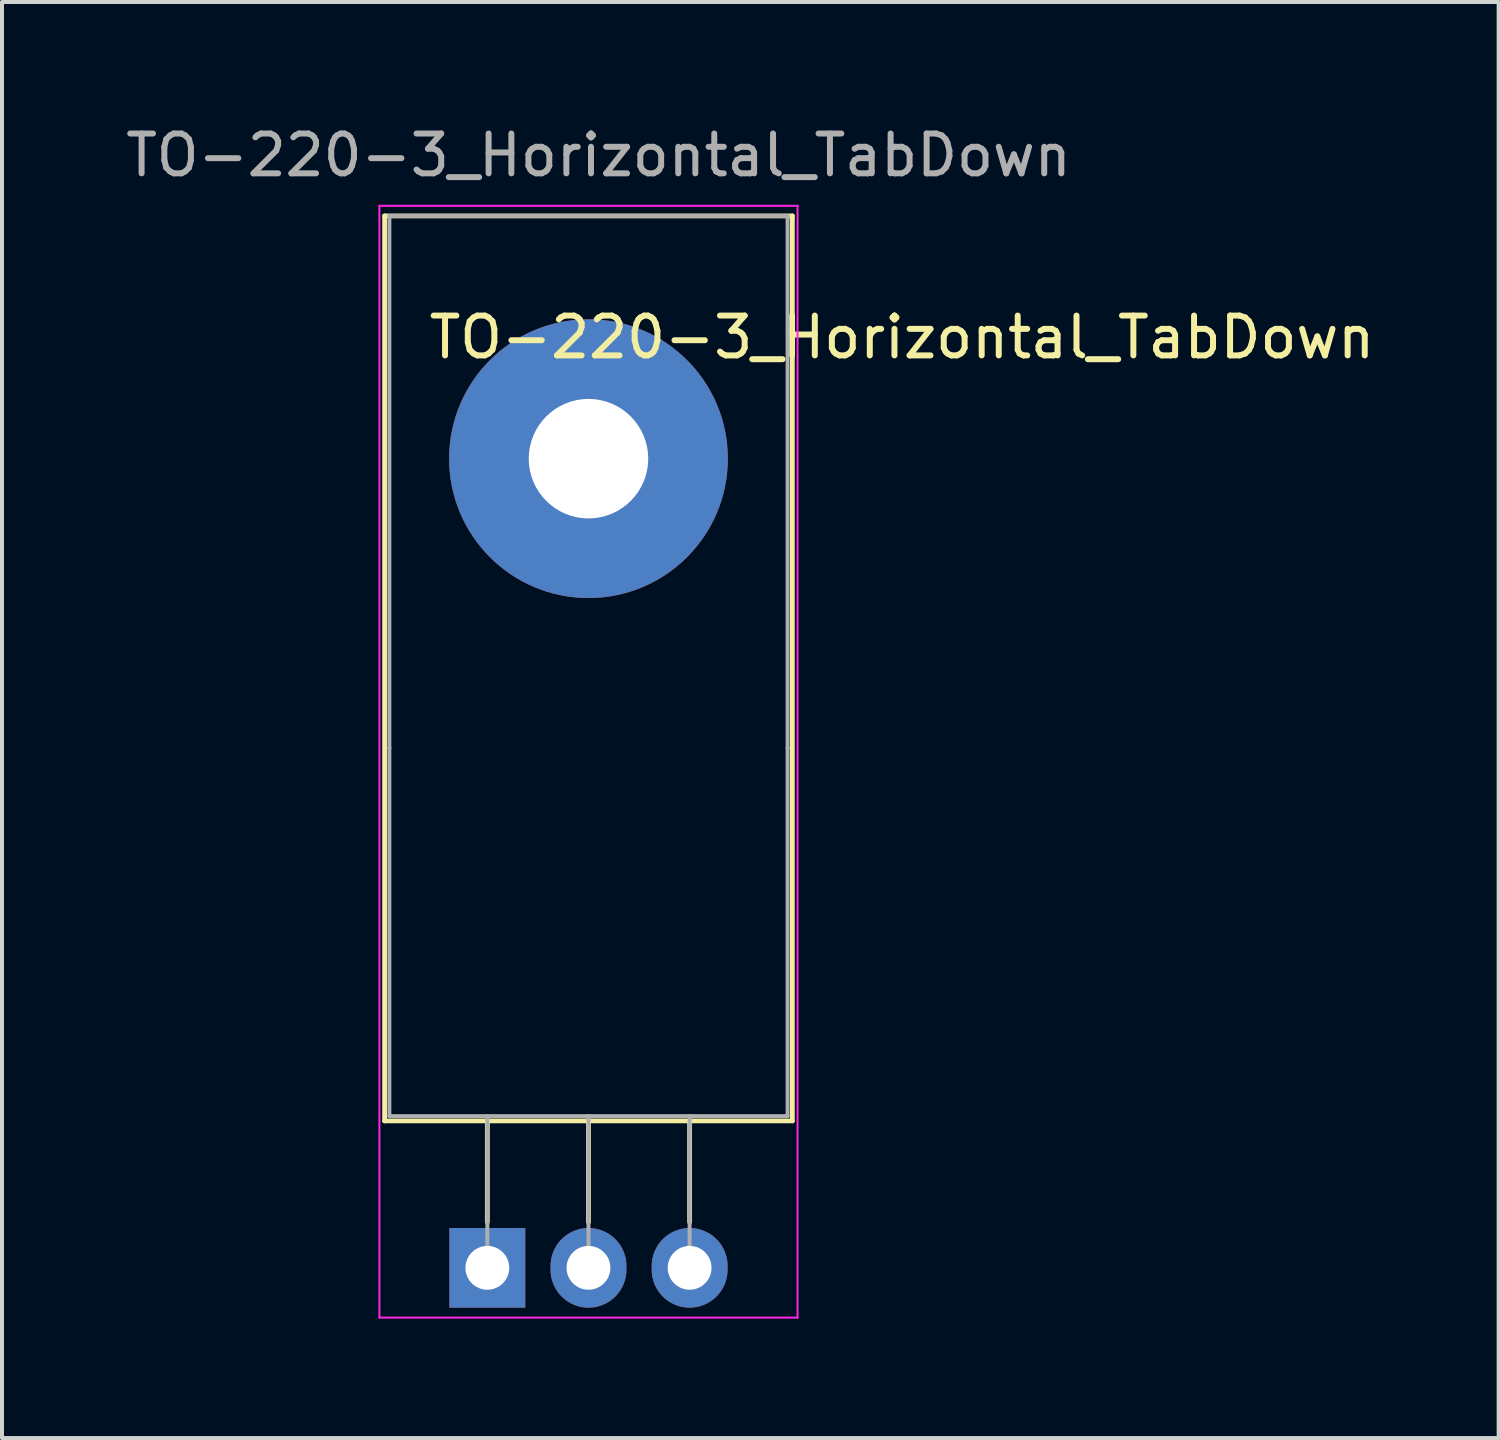
<source format=kicad_pcb>
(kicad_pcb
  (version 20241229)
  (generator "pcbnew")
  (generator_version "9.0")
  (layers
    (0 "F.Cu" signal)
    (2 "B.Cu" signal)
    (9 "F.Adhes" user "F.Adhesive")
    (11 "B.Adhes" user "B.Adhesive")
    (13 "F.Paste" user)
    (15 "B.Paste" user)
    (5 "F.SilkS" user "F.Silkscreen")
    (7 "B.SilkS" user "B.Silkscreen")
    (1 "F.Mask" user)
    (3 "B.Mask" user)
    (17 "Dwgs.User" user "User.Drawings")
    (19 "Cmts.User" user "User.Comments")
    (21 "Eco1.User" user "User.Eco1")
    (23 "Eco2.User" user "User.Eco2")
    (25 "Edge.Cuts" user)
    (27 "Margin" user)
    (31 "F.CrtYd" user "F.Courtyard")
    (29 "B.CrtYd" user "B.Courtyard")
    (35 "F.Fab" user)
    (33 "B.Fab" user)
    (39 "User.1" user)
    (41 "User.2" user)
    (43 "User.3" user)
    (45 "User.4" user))
  (footprint "TO-220-3_Horizontal_TabDown"
    (layer "F.Cu")
    (at 9.188 28.788)
    (property "Reference" "TO-220-3_Horizontal_TabDown" (at 10.414 -23.368 0) (layer "F.SilkS") (effects (font (size 1 1) (thickness 0.15))))
    (attr through_hole)
    (fp_line (start -2.58 -26.416) (end -2.58 -3.69) (stroke (width 0.12) (type solid)) (layer "F.SilkS"))
    (fp_line (start -2.58 -26.416) (end 7.66 -26.416) (stroke (width 0.12) (type solid)) (layer "F.SilkS"))
    (fp_line (start -2.58 -3.69) (end 7.66 -3.69) (stroke (width 0.12) (type solid)) (layer "F.SilkS"))
    (fp_line (start 0 -3.69) (end 0 -1.15) (stroke (width 0.12) (type solid)) (layer "F.SilkS"))
    (fp_line (start 2.54 -3.69) (end 2.54 -1.15) (stroke (width 0.12) (type solid)) (layer "F.SilkS"))
    (fp_line (start 5.08 -3.69) (end 5.08 -1.15) (stroke (width 0.12) (type solid)) (layer "F.SilkS"))
    (fp_line (start 7.66 -26.416) (end 7.66 -3.69) (stroke (width 0.12) (type solid)) (layer "F.SilkS"))
    (fp_line (start -2.71 -26.67) (end -2.71 1.25) (stroke (width 0.05) (type solid)) (layer "F.CrtYd"))
    (fp_line (start -2.71 1.25) (end 7.79 1.25) (stroke (width 0.05) (type solid)) (layer "F.CrtYd"))
    (fp_line (start 7.79 -26.67) (end -2.71 -26.67) (stroke (width 0.05) (type solid)) (layer "F.CrtYd"))
    (fp_line (start 7.79 1.25) (end 7.79 -26.67) (stroke (width 0.05) (type solid)) (layer "F.CrtYd"))
    (fp_line (start -2.46 -26.416) (end 7.54 -26.416) (stroke (width 0.1) (type solid)) (layer "F.Fab"))
    (fp_line (start -2.46 -13.06) (end -2.46 -26.416) (stroke (width 0.1) (type solid)) (layer "F.Fab"))
    (fp_line (start -2.46 -3.81) (end -2.46 -13.06) (stroke (width 0.1) (type solid)) (layer "F.Fab"))
    (fp_line (start 0 -3.81) (end 0 0) (stroke (width 0.1) (type solid)) (layer "F.Fab"))
    (fp_line (start 2.54 -3.81) (end 2.54 0) (stroke (width 0.1) (type solid)) (layer "F.Fab"))
    (fp_line (start 5.08 -3.81) (end 5.08 0) (stroke (width 0.1) (type solid)) (layer "F.Fab"))
    (fp_line (start 7.54 -26.416) (end 7.54 -13.06) (stroke (width 0.1) (type solid)) (layer "F.Fab"))
    (fp_line (start 7.54 -13.06) (end 7.54 -3.81) (stroke (width 0.1) (type solid)) (layer "F.Fab"))
    (fp_line (start 7.54 -3.81) (end -2.46 -3.81) (stroke (width 0.1) (type solid)) (layer "F.Fab"))
    (fp_text user "${REFERENCE}" (at 2.794 -27.94 0) (layer "F.Fab") (effects (font (size 1 1) (thickness 0.15))))
    (pad "1" thru_hole rect (at 0 0) (size 1.905 2) (drill 1.1) (layers "*.Cu" "*.Mask"))
    (pad "2" thru_hole circle (at 2.54 -20.32) (size 7 7) (drill 3) (layers "*.Cu" "*.Mask"))
    (pad "2" thru_hole oval (at 2.54 0) (size 1.905 2) (drill 1.1) (layers "*.Cu" "*.Mask"))
    (pad "3" thru_hole oval (at 5.08 0) (size 1.905 2) (drill 1.1) (layers "*.Cu" "*.Mask")))
  (gr_rect
    (start -3 -3)
    (end 34.584 33.063)
    (stroke (width 0.1) (type default))
    (fill no)
    (layer "Edge.Cuts")))
</source>
